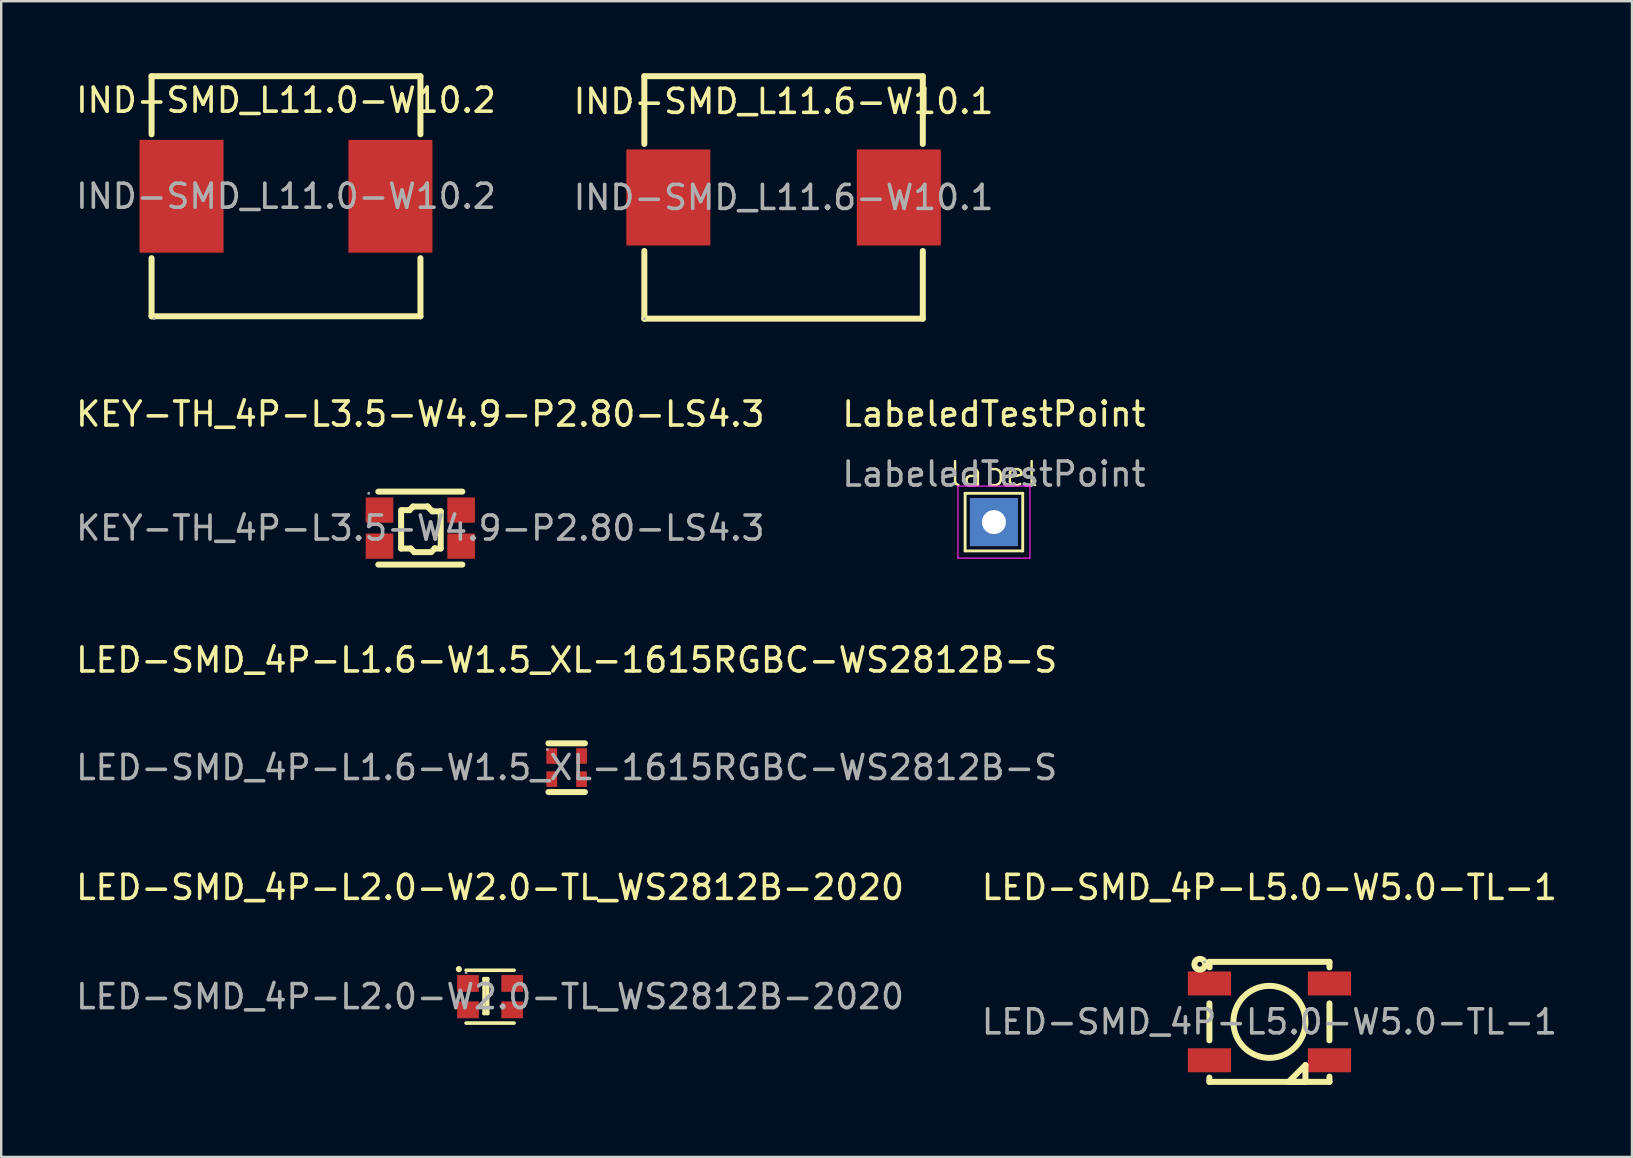
<source format=kicad_pcb>
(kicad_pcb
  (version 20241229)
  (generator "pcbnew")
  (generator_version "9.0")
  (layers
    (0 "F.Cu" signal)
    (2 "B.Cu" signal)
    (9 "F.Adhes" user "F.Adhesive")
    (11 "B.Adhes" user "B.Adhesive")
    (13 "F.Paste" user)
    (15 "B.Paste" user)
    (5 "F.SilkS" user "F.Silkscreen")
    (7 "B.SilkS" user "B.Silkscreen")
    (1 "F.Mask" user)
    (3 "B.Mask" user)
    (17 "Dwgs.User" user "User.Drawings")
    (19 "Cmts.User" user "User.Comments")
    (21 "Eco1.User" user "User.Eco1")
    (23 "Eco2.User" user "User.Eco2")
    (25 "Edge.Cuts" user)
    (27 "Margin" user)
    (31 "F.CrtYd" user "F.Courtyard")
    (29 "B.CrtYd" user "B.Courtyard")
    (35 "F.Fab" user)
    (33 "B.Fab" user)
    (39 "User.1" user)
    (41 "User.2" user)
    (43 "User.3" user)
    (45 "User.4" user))
  (footprint "LED-SMD_4P-L5.0-W5.0-TL-1"
    (layer "F.Cu")
    (at 49.827 39.515)
    (property "Reference" "LED-SMD_4P-L5.0-W5.0-TL-1" (at 0 -5.6 0) (layer "F.SilkS") (effects (font (size 1 1) (thickness 0.15))))
    (attr smd)
    (fp_line (start -2.5 -2.5) (end 2.5 -2.5) (stroke (width 0.25) (type solid)) (layer "F.SilkS"))
    (fp_line (start -2.5 0.77) (end -2.5 -0.77) (stroke (width 0.25) (type solid)) (layer "F.SilkS"))
    (fp_line (start -2.5 2.5) (end -2.5 2.32) (stroke (width 0.25) (type solid)) (layer "F.SilkS"))
    (fp_line (start -2.49 -2.27) (end -2.5 -2.5) (stroke (width 0.25) (type solid)) (layer "F.SilkS"))
    (fp_line (start 0.8 2.5) (end 1.5 1.8) (stroke (width 0.25) (type solid)) (layer "F.SilkS"))
    (fp_line (start 1.5 1.8) (end 1.5 2.5) (stroke (width 0.25) (type solid)) (layer "F.SilkS"))
    (fp_line (start 1.5 2.5) (end 0.8 2.5) (stroke (width 0.25) (type solid)) (layer "F.SilkS"))
    (fp_line (start 2.5 -2.5) (end 2.5 -2.27) (stroke (width 0.25) (type solid)) (layer "F.SilkS"))
    (fp_line (start 2.5 -0.77) (end 2.5 0.77) (stroke (width 0.25) (type solid)) (layer "F.SilkS"))
    (fp_line (start 2.5 2.28) (end 2.5 2.5) (stroke (width 0.25) (type solid)) (layer "F.SilkS"))
    (fp_line (start 2.5 2.5) (end -2.5 2.5) (stroke (width 0.25) (type solid)) (layer "F.SilkS"))
    (fp_circle (center -2.9 -2.4) (end -2.8 -2.4) (stroke (width 0.25) (type solid)) (fill no) (layer "F.SilkS"))
    (fp_circle (center 0 0) (end 1.5 0) (stroke (width 0.25) (type solid)) (fill no) (layer "F.SilkS"))
    (fp_circle (center -2.7 -2.5) (end -2.67 -2.5) (stroke (width 0.06) (type solid)) (fill no) (layer "F.Fab"))
    (fp_text user "${REFERENCE}" (at 0 0 0) (layer "F.Fab") (effects (font (size 1 1) (thickness 0.15))))
    (pad "1" smd rect (at -2.5 -1.6 180) (size 1.8 1) (layers "F.Cu" "F.Mask" "F.Paste"))
    (pad "2" smd rect (at -2.5 1.6 180) (size 1.8 1) (layers "F.Cu" "F.Mask" "F.Paste"))
    (pad "3" smd rect (at 2.5 1.6 180) (size 1.8 1) (layers "F.Cu" "F.Mask" "F.Paste"))
    (pad "4" smd rect (at 2.5 -1.6 180) (size 1.8 1) (layers "F.Cu" "F.Mask" "F.Paste")))
  (footprint "LabeledTestPoint"
    (layer "F.Cu")
    (at 38.351 18.698)
    (property "Reference" "LabeledTestPoint" (at 0 -4.5 0) (layer "F.SilkS") (effects (font (size 1 1) (thickness 0.15))))
    (property "Label" "label" (at 0 -2 0) (layer "F.SilkS") (effects (font (size 1 1) (thickness 0.1))))
    (attr exclude_from_pos_files exclude_from_bom dnp)
    (fp_line (start -1.2 -1.2) (end 1.2 -1.2) (stroke (width 0.12) (type solid)) (layer "F.SilkS"))
    (fp_line (start -1.2 1.2) (end -1.2 -1.2) (stroke (width 0.12) (type solid)) (layer "F.SilkS"))
    (fp_line (start 1.2 -1.2) (end 1.2 1.2) (stroke (width 0.12) (type solid)) (layer "F.SilkS"))
    (fp_line (start 1.2 1.2) (end -1.2 1.2) (stroke (width 0.12) (type solid)) (layer "F.SilkS"))
    (fp_line (start -1.5 -1.5) (end -1.5 1.5) (stroke (width 0.05) (type solid)) (layer "F.CrtYd"))
    (fp_line (start -1.5 -1.5) (end 1.5 -1.5) (stroke (width 0.05) (type solid)) (layer "F.CrtYd"))
    (fp_line (start 1.5 1.5) (end -1.5 1.5) (stroke (width 0.05) (type solid)) (layer "F.CrtYd"))
    (fp_line (start 1.5 1.5) (end 1.5 -1.5) (stroke (width 0.05) (type solid)) (layer "F.CrtYd"))
    (fp_text user "${REFERENCE}" (at 0 -2 0) (layer "F.Fab") (effects (font (size 1 1) (thickness 0.15))))
    (pad "1" thru_hole rect (at 0 0) (size 2 2) (drill 1) (layers "*.Cu" "*.Mask")))
  (footprint "LED-SMD_4P-L2.0-W2.0-TL_WS2812B-2020"
    (layer "F.Cu")
    (at 17.363 38.465)
    (property "Reference" "LED-SMD_4P-L2.0-W2.0-TL_WS2812B-2020" (at 0 -4.55 0) (layer "F.SilkS") (effects (font (size 1 1) (thickness 0.15))))
    (attr smd)
    (fp_line (start -1.3 -1.15) (end -1.3 -1.14) (stroke (width 0.25) (type solid)) (layer "F.SilkS"))
    (fp_line (start -1 1.1) (end 1 1.1) (stroke (width 0.15) (type solid)) (layer "F.SilkS"))
    (fp_line (start -0.25 -0.75) (end -0.25 0.7) (stroke (width 0.15) (type solid)) (layer "F.SilkS"))
    (fp_line (start -0.25 -0.75) (end -0.1 -0.75) (stroke (width 0.15) (type solid)) (layer "F.SilkS"))
    (fp_line (start -0.1 -0.75) (end -0.1 0.65) (stroke (width 0.15) (type solid)) (layer "F.SilkS"))
    (fp_line (start -0.1 0.65) (end -0.1 0.7) (stroke (width 0.15) (type solid)) (layer "F.SilkS"))
    (fp_line (start -0.1 0.7) (end -0.25 0.7) (stroke (width 0.15) (type solid)) (layer "F.SilkS"))
    (fp_line (start 1 -1.1) (end -1 -1.1) (stroke (width 0.15) (type solid)) (layer "F.SilkS"))
    (fp_circle (center -1 -1) (end -0.97 -1) (stroke (width 0.06) (type solid)) (fill no) (layer "F.Fab"))
    (fp_text user "${REFERENCE}" (at 0 0 0) (layer "F.Fab") (effects (font (size 1 1) (thickness 0.15))))
    (pad "1" smd rect (at -0.92 -0.55) (size 0.9 0.7) (layers "F.Cu" "F.Mask" "F.Paste"))
    (pad "2" smd rect (at -0.92 0.55) (size 0.9 0.7) (layers "F.Cu" "F.Mask" "F.Paste"))
    (pad "3" smd rect (at 0.92 0.55) (size 0.9 0.7) (layers "F.Cu" "F.Mask" "F.Paste"))
    (pad "4" smd rect (at 0.92 -0.55) (size 0.9 0.7) (layers "F.Cu" "F.Mask" "F.Paste")))
  (footprint "IND-SMD_L11.6-W10.1"
    (layer "F.Cu")
    (at 29.589 5.175)
    (property "Reference" "IND-SMD_L11.6-W10.1" (at 0 -4 0) (layer "F.SilkS") (effects (font (size 1 1) (thickness 0.15))))
    (attr through_hole)
    (fp_line (start -5.8 -5.05) (end 5.8 -5.05) (stroke (width 0.25) (type solid)) (layer "F.SilkS"))
    (fp_line (start -5.8 -2.23) (end -5.8 -5.05) (stroke (width 0.25) (type solid)) (layer "F.SilkS"))
    (fp_line (start -5.8 5.05) (end -5.8 2.23) (stroke (width 0.25) (type solid)) (layer "F.SilkS"))
    (fp_line (start 5.8 -5.05) (end 5.8 -2.23) (stroke (width 0.25) (type solid)) (layer "F.SilkS"))
    (fp_line (start 5.8 2.23) (end 5.8 5.05) (stroke (width 0.25) (type solid)) (layer "F.SilkS"))
    (fp_line (start 5.8 5.05) (end -5.8 5.05) (stroke (width 0.25) (type solid)) (layer "F.SilkS"))
    (fp_circle (center -5.8 5.05) (end -5.77 5.05) (stroke (width 0.06) (type solid)) (fill no) (layer "F.Fab"))
    (fp_text user "${REFERENCE}" (at 0 0 0) (layer "F.Fab") (effects (font (size 1 1) (thickness 0.15))))
    (pad "1" smd rect (at -4.8 0) (size 3.5 4) (layers "F.Cu" "F.Mask" "F.Paste"))
    (pad "2" smd rect (at 4.8 0) (size 3.5 4) (layers "F.Cu" "F.Mask" "F.Paste")))
  (footprint "LED-SMD_4P-L1.6-W1.5_XL-1615RGBC-WS2812B-S"
    (layer "F.Cu")
    (at 20.554 28.922)
    (property "Reference" "LED-SMD_4P-L1.6-W1.5_XL-1615RGBC-WS2812B-S" (at 0 -4.48 0) (layer "F.SilkS") (effects (font (size 1 1) (thickness 0.15))))
    (attr smd)
    (fp_line (start -0.76 -1.01) (end 0.76 -1.01) (stroke (width 0.25) (type solid)) (layer "F.SilkS"))
    (fp_line (start 0.76 1.02) (end -0.76 1.02) (stroke (width 0.25) (type solid)) (layer "F.SilkS"))
    (fp_circle (center -0.8 -0.75) (end -0.77 -0.75) (stroke (width 0.06) (type solid)) (fill no) (layer "F.Fab"))
    (fp_text user "${REFERENCE}" (at 0 0 0) (layer "F.Fab") (effects (font (size 1 1) (thickness 0.15))))
    (pad "1" smd rect (at -0.62 -0.48) (size 0.45 0.65) (layers "F.Cu" "F.Mask" "F.Paste"))
    (pad "2" smd rect (at 0.62 -0.48) (size 0.45 0.65) (layers "F.Cu" "F.Mask" "F.Paste"))
    (pad "3" smd rect (at -0.62 0.48) (size 0.45 0.65) (layers "F.Cu" "F.Mask" "F.Paste"))
    (pad "4" smd rect (at 0.62 0.48) (size 0.45 0.65) (layers "F.Cu" "F.Mask" "F.Paste")))
  (footprint "KEY-TH_4P-L3.5-W4.9-P2.80-LS4.3"
    (layer "F.Cu")
    (at 14.458 18.948)
    (property "Reference" "KEY-TH_4P-L3.5-W4.9-P2.80-LS4.3" (at 0 -4.75 0) (layer "F.SilkS") (effects (font (size 1 1) (thickness 0.15))))
    (attr through_hole)
    (fp_line (start -1.75 -1.52) (end 1.75 -1.52) (stroke (width 0.25) (type solid)) (layer "F.SilkS"))
    (fp_line (start -0.8 0.85) (end -0.8 -0.75) (stroke (width 0.25) (type solid)) (layer "F.SilkS"))
    (fp_line (start -0.75 -0.75) (end -0.45 -0.75) (stroke (width 0.25) (type solid)) (layer "F.SilkS"))
    (fp_line (start -0.45 -0.75) (end -0.45 -0.75) (stroke (width 0.25) (type solid)) (layer "F.SilkS"))
    (fp_line (start -0.45 -0.75) (end -0.3 -0.9) (stroke (width 0.25) (type solid)) (layer "F.SilkS"))
    (fp_line (start -0.4 0.85) (end -0.8 0.85) (stroke (width 0.25) (type solid)) (layer "F.SilkS"))
    (fp_line (start -0.3 -0.9) (end 0.3 -0.9) (stroke (width 0.25) (type solid)) (layer "F.SilkS"))
    (fp_line (start -0.25 1) (end -0.4 0.85) (stroke (width 0.25) (type solid)) (layer "F.SilkS"))
    (fp_line (start -0.25 1) (end -0.25 1) (stroke (width 0.25) (type solid)) (layer "F.SilkS"))
    (fp_line (start 0.3 -0.9) (end 0.3 -0.9) (stroke (width 0.25) (type solid)) (layer "F.SilkS"))
    (fp_line (start 0.3 -0.9) (end 0.5 -0.7) (stroke (width 0.25) (type solid)) (layer "F.SilkS"))
    (fp_line (start 0.45 1) (end -0.25 1) (stroke (width 0.25) (type solid)) (layer "F.SilkS"))
    (fp_line (start 0.5 -0.7) (end 0.85 -0.7) (stroke (width 0.25) (type solid)) (layer "F.SilkS"))
    (fp_line (start 0.6 0.85) (end 0.45 1) (stroke (width 0.25) (type solid)) (layer "F.SilkS"))
    (fp_line (start 0.6 0.85) (end 0.6 0.85) (stroke (width 0.25) (type solid)) (layer "F.SilkS"))
    (fp_line (start 0.85 -0.7) (end 0.85 0.85) (stroke (width 0.25) (type solid)) (layer "F.SilkS"))
    (fp_line (start 0.85 0.85) (end 0.6 0.85) (stroke (width 0.25) (type solid)) (layer "F.SilkS"))
    (fp_line (start 1.75 1.52) (end -1.75 1.52) (stroke (width 0.25) (type solid)) (layer "F.SilkS"))
    (fp_circle (center -2.15 -1.45) (end -2.12 -1.45) (stroke (width 0.06) (type solid)) (fill no) (layer "F.Fab"))
    (fp_text user "${REFERENCE}" (at 0 0 0) (layer "F.Fab") (effects (font (size 1 1) (thickness 0.15))))
    (pad "1" smd rect (at -1.7 -0.75 90) (size 1.05 1.15) (layers "F.Cu" "F.Mask" "F.Paste"))
    (pad "1'" smd rect (at 1.7 -0.75 90) (size 1.05 1.15) (layers "F.Cu" "F.Mask" "F.Paste"))
    (pad "2" smd rect (at -1.7 0.75 90) (size 1.05 1.15) (layers "F.Cu" "F.Mask" "F.Paste"))
    (pad "2'" smd rect (at 1.7 0.75 90) (size 1.05 1.15) (layers "F.Cu" "F.Mask" "F.Paste")))
  (footprint "IND-SMD_L11.0-W10.2"
    (layer "F.Cu")
    (at 8.863 5.125)
    (property "Reference" "IND-SMD_L11.0-W10.2" (at 0 -4 0) (layer "F.SilkS") (effects (font (size 1 1) (thickness 0.15))))
    (attr through_hole)
    (fp_line (start -5.6 -5) (end -5.6 -2.58) (stroke (width 0.25) (type solid)) (layer "F.SilkS"))
    (fp_line (start -5.6 -5) (end 5.6 -5) (stroke (width 0.25) (type solid)) (layer "F.SilkS"))
    (fp_line (start -5.6 2.58) (end -5.6 5) (stroke (width 0.25) (type solid)) (layer "F.SilkS"))
    (fp_line (start -5.6 5) (end 5.6 5) (stroke (width 0.25) (type solid)) (layer "F.SilkS"))
    (fp_line (start 5.6 -5) (end 5.6 -2.58) (stroke (width 0.25) (type solid)) (layer "F.SilkS"))
    (fp_line (start 5.6 2.58) (end 5.6 5) (stroke (width 0.25) (type solid)) (layer "F.SilkS"))
    (fp_circle (center -5.5 5.1) (end -5.47 5.1) (stroke (width 0.06) (type solid)) (fill no) (layer "F.Fab"))
    (fp_text user "${REFERENCE}" (at 0 0 0) (layer "F.Fab") (effects (font (size 1 1) (thickness 0.15))))
    (pad "1" smd rect (at -4.35 0 90) (size 4.7 3.5) (layers "F.Cu" "F.Mask" "F.Paste"))
    (pad "2" smd rect (at 4.35 0 90) (size 4.7 3.5) (layers "F.Cu" "F.Mask" "F.Paste")))
  (gr_rect
    (start -3 -3)
    (end 64.929 45.14)
    (stroke (width 0.1) (type default))
    (fill no)
    (layer "Edge.Cuts")))
</source>
